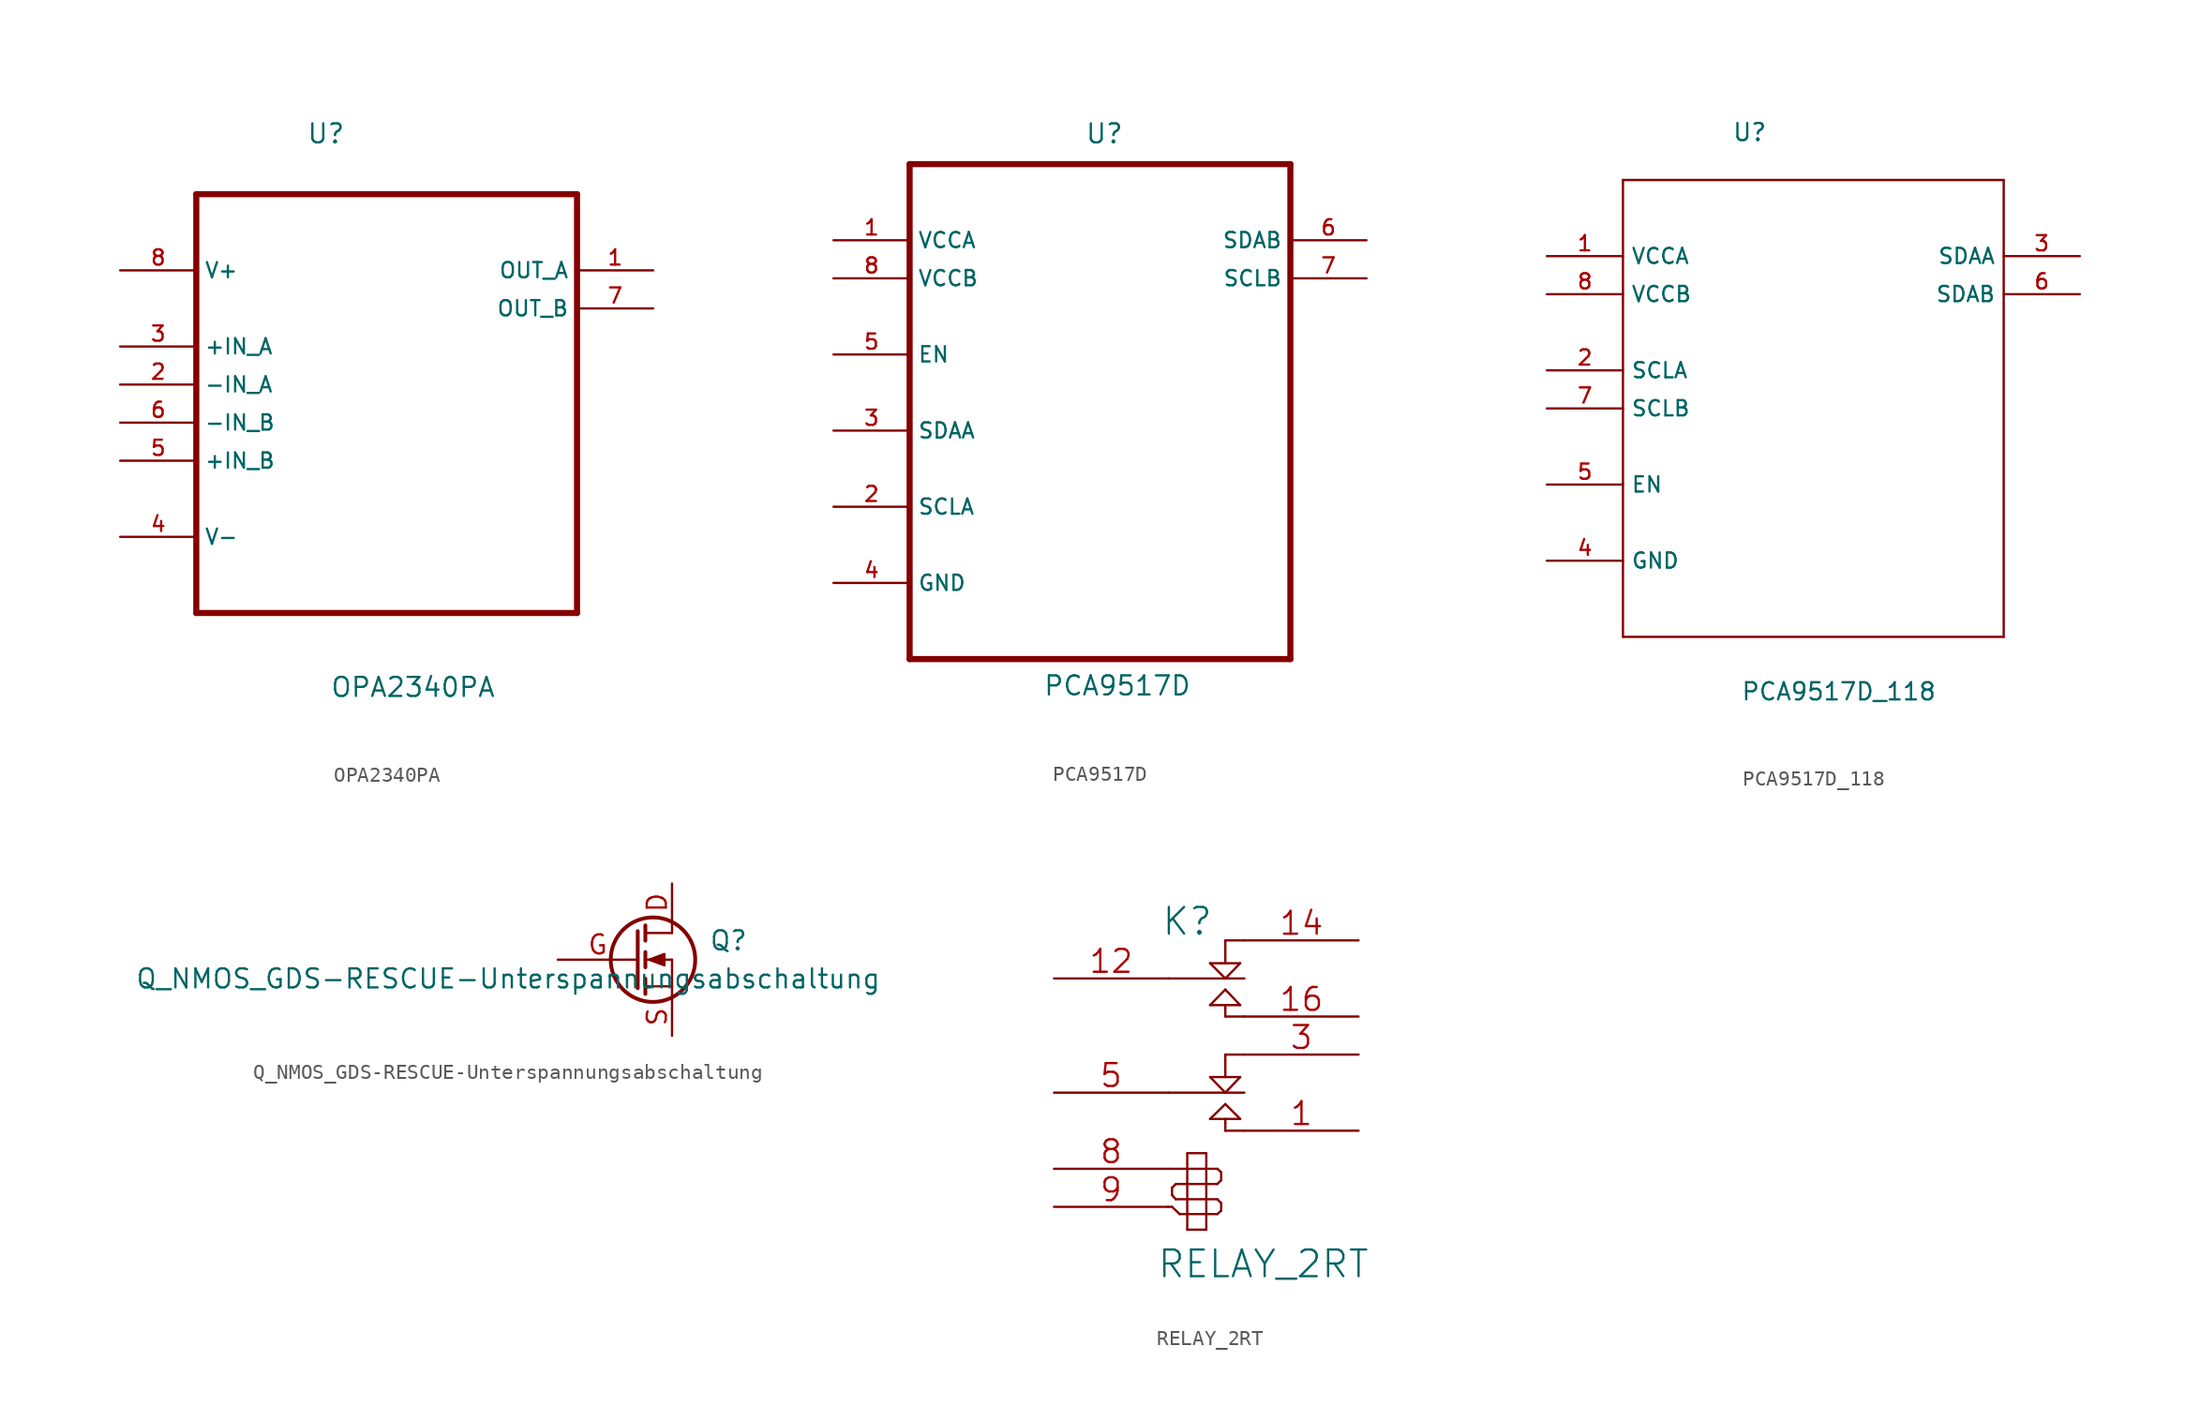
<source format=kicad_sym>
(kicad_symbol_lib
  (version 20201005)
  (generator kicad_symbol_editor)
  (symbol "Zimprich_neu:OPA2340PA"
    (property "Reference" "U"
      (at -5.359 14.199 0)
      (effects (font (size 1.27 1.27)) (justify left)))
    (property "Value" "OPA2340PA"
      (at -3.785 -22.733 0)
      (effects (font (size 1.27 1.27)) (justify left)))
    (property "Datasheet" ""
      (at 0 0 0)
      (effects (font (size 1.524 1.524))))
    (property "ki_locked" ""
      (at 0 0 0)
      (effects (font (size 1.27 1.27))))
    (symbol "OPA2340PA_0_0"
      (polyline (pts (xy -12.7 -17.78) (xy 12.7 -17.78)) (stroke (width 0.406)) (fill (type none)))
      (polyline (pts (xy -12.7 10.16) (xy -12.7 -17.78)) (stroke (width 0.406)) (fill (type none)))
      (polyline (pts (xy 12.7 -17.78) (xy 12.7 10.16)) (stroke (width 0.406)) (fill (type none)))
      (polyline (pts (xy 12.7 10.16) (xy -12.7 10.16)) (stroke (width 0.406)) (fill (type none)))
      (pin output line (at 17.78 5.08 180) (length 5.08) (name "OUT_A" (effects (font (size 1.016 1.016)))) (number "1" (effects (font (size 1.016 1.016)))))
      (pin input line (at -17.78 -2.54 0) (length 5.08) (name "-IN_A" (effects (font (size 1.016 1.016)))) (number "2" (effects (font (size 1.016 1.016)))))
      (pin input line (at -17.78 0 0) (length 5.08) (name "+IN_A" (effects (font (size 1.016 1.016)))) (number "3" (effects (font (size 1.016 1.016)))))
      (pin input line (at -17.78 -12.7 0) (length 5.08) (name "V-" (effects (font (size 1.016 1.016)))) (number "4" (effects (font (size 1.016 1.016)))))
      (pin input line (at -17.78 -7.62 0) (length 5.08) (name "+IN_B" (effects (font (size 1.016 1.016)))) (number "5" (effects (font (size 1.016 1.016)))))
      (pin input line (at -17.78 -5.08 0) (length 5.08) (name "-IN_B" (effects (font (size 1.016 1.016)))) (number "6" (effects (font (size 1.016 1.016)))))
      (pin output line (at 17.78 2.54 180) (length 5.08) (name "OUT_B" (effects (font (size 1.016 1.016)))) (number "7" (effects (font (size 1.016 1.016)))))
      (pin input line (at -17.78 5.08 0) (length 5.08) (name "V+" (effects (font (size 1.016 1.016)))) (number "8" (effects (font (size 1.016 1.016)))))))
  (symbol "Zimprich_neu:PCA9517D"
    (property "Reference" "U"
      (at -1.016 14.732 0)
      (effects (font (size 1.27 1.27)) (justify left)))
    (property "Value" "PCA9517D"
      (at -3.81 -22.098 0)
      (effects (font (size 1.27 1.27)) (justify left)))
    (property "ki_locked" ""
      (at 0 0 0)
      (effects (font (size 1.27 1.27))))
    (symbol "PCA9517D_0_0"
      (polyline (pts (xy -12.7 -20.32) (xy 12.7 -20.32)) (stroke (width 0.406)) (fill (type none)))
      (polyline (pts (xy -12.7 12.7) (xy -12.7 -20.32)) (stroke (width 0.406)) (fill (type none)))
      (polyline (pts (xy 12.7 -20.32) (xy 12.7 12.7)) (stroke (width 0.406)) (fill (type none)))
      (polyline (pts (xy 12.7 12.7) (xy -12.7 12.7)) (stroke (width 0.406)) (fill (type none)))
      (pin input line (at -17.78 7.62 0) (length 5.08) (name "VCCA" (effects (font (size 1.016 1.016)))) (number "1" (effects (font (size 1.016 1.016)))))
      (pin input line (at -17.78 -10.16 0) (length 5.08) (name "SCLA" (effects (font (size 1.016 1.016)))) (number "2" (effects (font (size 1.016 1.016)))))
      (pin input line (at -17.78 -5.08 0) (length 5.08) (name "SDAA" (effects (font (size 1.016 1.016)))) (number "3" (effects (font (size 1.016 1.016)))))
      (pin passive line (at -17.78 -15.24 0) (length 5.08) (name "GND" (effects (font (size 1.016 1.016)))) (number "4" (effects (font (size 1.016 1.016)))))
      (pin input line (at -17.78 0 0) (length 5.08) (name "EN" (effects (font (size 1.016 1.016)))) (number "5" (effects (font (size 1.016 1.016)))))
      (pin output line (at 17.78 7.62 180) (length 5.08) (name "SDAB" (effects (font (size 1.016 1.016)))) (number "6" (effects (font (size 1.016 1.016)))))
      (pin output line (at 17.78 5.08 180) (length 5.08) (name "SCLB" (effects (font (size 1.016 1.016)))) (number "7" (effects (font (size 1.016 1.016)))))
      (pin input line (at -17.78 5.08 0) (length 5.08) (name "VCCB" (effects (font (size 1.016 1.016)))) (number "8" (effects (font (size 1.016 1.016)))))))
  (symbol "Zimprich_neu:PCA9517D_118"
    (property "Reference" "U"
      (at -5.436 15.215 0)
      (effects (font (size 1.143 1.143)) (justify left bottom)))
    (property "Value" "PCA9517D_118"
      (at -4.851 -22.098 0)
      (effects (font (size 1.143 1.143)) (justify left bottom)))
    (property "ki_locked" ""
      (at 0 0 0)
      (effects (font (size 1.27 1.27))))
    (symbol "PCA9517D_118_1_0"
      (polyline (pts (xy -12.7 -17.78) (xy 12.7 -17.78)) (stroke (width 0)) (fill (type none)))
      (polyline (pts (xy -12.7 12.7) (xy -12.7 -17.78)) (stroke (width 0)) (fill (type none)))
      (polyline (pts (xy 12.7 -17.78) (xy 12.7 12.7)) (stroke (width 0)) (fill (type none)))
      (polyline (pts (xy 12.7 12.7) (xy -12.7 12.7)) (stroke (width 0)) (fill (type none))))
    (symbol "PCA9517D_118_1_1"
      (pin power_in line (at -17.78 7.62 0) (length 5.08) (name "VCCA" (effects (font (size 1.016 1.016)))) (number "1" (effects (font (size 1.016 1.016)))))
      (pin input line (at -17.78 0 0) (length 5.08) (name "SCLA" (effects (font (size 1.016 1.016)))) (number "2" (effects (font (size 1.016 1.016)))))
      (pin bidirectional line (at 17.78 7.62 180) (length 5.08) (name "SDAA" (effects (font (size 1.016 1.016)))) (number "3" (effects (font (size 1.016 1.016)))))
      (pin passive line (at -17.78 -12.7 0) (length 5.08) (name "GND" (effects (font (size 1.016 1.016)))) (number "4" (effects (font (size 1.016 1.016)))))
      (pin input line (at -17.78 -7.62 0) (length 5.08) (name "EN" (effects (font (size 1.016 1.016)))) (number "5" (effects (font (size 1.016 1.016)))))
      (pin bidirectional line (at 17.78 5.08 180) (length 5.08) (name "SDAB" (effects (font (size 1.016 1.016)))) (number "6" (effects (font (size 1.016 1.016)))))
      (pin input line (at -17.78 -2.54 0) (length 5.08) (name "SCLB" (effects (font (size 1.016 1.016)))) (number "7" (effects (font (size 1.016 1.016)))))
      (pin power_in line (at -17.78 5.08 0) (length 5.08) (name "VCCB" (effects (font (size 1.016 1.016)))) (number "8" (effects (font (size 1.016 1.016)))))))
  (symbol "Zimprich_neu:Q_NMOS_GDS-RESCUE-Unterspannungsabschaltung"
    (pin_names
      (offset 0) hide)
    (property "Reference" "Q"
      (at 7.62 1.27 0)
      (effects (font (size 1.27 1.27)) (justify right)))
    (property "Value" "Q_NMOS_GDS-RESCUE-Unterspannungsabschaltung"
      (at 16.51 -1.27 0)
      (effects (font (size 1.27 1.27)) (justify right)))
    (property "Footprint" ""
      (at 5.08 2.54 0)
      (effects (font (size 0.737 0.737))))
    (property "Datasheet" ""
      (at 0 0 0)
      (effects (font (size 1.524 1.524))))
    (symbol "Q_NMOS_GDS-RESCUE-Unterspannungsabschaltung_0_1"
      (circle (center 1.27 0) (radius 2.819) (stroke (width 0.254)) (fill (type none)))
      (polyline (pts (xy 0.762 -1.778) (xy 2.54 -1.778)) (stroke (width 0)) (fill (type none)))
      (polyline (pts (xy 0.762 -1.27) (xy 0.762 -2.286)) (stroke (width 0.254)) (fill (type none)))
      (polyline (pts (xy 0.762 0) (xy 2.54 0)) (stroke (width 0)) (fill (type none)))
      (polyline (pts (xy 0.762 0.508) (xy 0.762 -0.508)) (stroke (width 0.254)) (fill (type none)))
      (polyline (pts (xy 0.762 1.778) (xy 2.54 1.778)) (stroke (width 0)) (fill (type none)))
      (polyline (pts (xy 0.762 2.286) (xy 0.762 1.27)) (stroke (width 0.254)) (fill (type none)))
      (polyline (pts (xy 2.54 -1.778) (xy 2.54 -2.54)) (stroke (width 0)) (fill (type none)))
      (polyline (pts (xy 2.54 -1.778) (xy 2.54 0)) (stroke (width 0)) (fill (type none)))
      (polyline (pts (xy 2.54 2.54) (xy 2.54 1.778)) (stroke (width 0)) (fill (type none)))
      (polyline (pts (xy 0.254 1.905) (xy 0.254 -1.905) (xy 0.254 -1.905)) (stroke (width 0.254)) (fill (type none)))
      (polyline (pts (xy 1.016 0) (xy 2.032 0.381) (xy 2.032 -0.381) (xy 1.016 0)) (stroke (width 0)) (fill (type outline))))
    (symbol "Q_NMOS_GDS-RESCUE-Unterspannungsabschaltung_1_1"
      (pin passive line (at 2.54 5.08 270) (length 2.54) (name "D" (effects (font (size 1.27 1.27)))) (number "D" (effects (font (size 1.27 1.27)))))
      (pin input line (at -5.08 0 0) (length 5.334) (name "G" (effects (font (size 1.27 1.27)))) (number "G" (effects (font (size 1.27 1.27)))))
      (pin passive line (at 2.54 -5.08 90) (length 2.54) (name "S" (effects (font (size 1.27 1.27)))) (number "S" (effects (font (size 1.27 1.27)))))))
  (symbol "Zimprich_neu:RELAY_2RT"
    (pin_names hide)
    (property "Reference" "K"
      (at -1.27 10.16 0)
      (effects (font (size 1.778 1.778))))
    (property "Value" "RELAY_2RT"
      (at 3.81 -12.7 0)
      (effects (font (size 1.778 1.778))))
    (property "Footprint" ""
      (at 0 0 0)
      (effects (font (size 1.524 1.524))))
    (property "Datasheet" ""
      (at 0 0 0)
      (effects (font (size 1.524 1.524))))
    (symbol "RELAY_2RT_0_1"
      (polyline (pts (xy -2.54 -8.89) (xy -2.286 -8.89)) (stroke (width 0)) (fill (type none)))
      (polyline (pts (xy -2.54 -6.35) (xy -1.27 -6.35)) (stroke (width 0)) (fill (type none)))
      (polyline (pts (xy -2.54 -1.27) (xy 1.27 -1.27)) (stroke (width 0)) (fill (type none)))
      (polyline (pts (xy -2.286 -8.89) (xy -1.778 -9.373)) (stroke (width 0)) (fill (type none)))
      (polyline (pts (xy -2.286 -8.103) (xy -2.286 -7.62)) (stroke (width 0)) (fill (type none)))
      (polyline (pts (xy -2.032 -8.382) (xy -2.286 -8.103)) (stroke (width 0)) (fill (type none)))
      (polyline (pts (xy -2.032 -7.366) (xy -2.286 -7.62)) (stroke (width 0)) (fill (type none)))
      (polyline (pts (xy -1.778 -9.373) (xy -1.27 -9.373)) (stroke (width 0)) (fill (type none)))
      (polyline (pts (xy -1.27 -10.414) (xy -1.27 -5.309)) (stroke (width 0)) (fill (type none)))
      (polyline (pts (xy -1.27 -8.382) (xy -2.032 -8.382)) (stroke (width 0)) (fill (type none)))
      (polyline (pts (xy -1.27 -8.382) (xy 0 -8.382)) (stroke (width 0)) (fill (type none)))
      (polyline (pts (xy -1.27 -7.366) (xy -2.032 -7.366)) (stroke (width 0)) (fill (type none)))
      (polyline (pts (xy -1.27 -6.35) (xy 0 -6.35)) (stroke (width 0)) (fill (type none)))
      (polyline (pts (xy -1.27 -5.309) (xy 0 -5.309)) (stroke (width 0)) (fill (type none)))
      (polyline (pts (xy 0 -10.414) (xy -1.27 -10.414)) (stroke (width 0)) (fill (type none)))
      (polyline (pts (xy 0 -9.373) (xy -1.27 -9.373)) (stroke (width 0)) (fill (type none)))
      (polyline (pts (xy 0 -9.373) (xy 0.737 -9.373)) (stroke (width 0)) (fill (type none)))
      (polyline (pts (xy 0 -8.382) (xy 0.737 -8.382)) (stroke (width 0)) (fill (type none)))
      (polyline (pts (xy 0 -7.366) (xy -1.27 -7.366)) (stroke (width 0)) (fill (type none)))
      (polyline (pts (xy 0 -7.366) (xy 0.737 -7.366)) (stroke (width 0)) (fill (type none)))
      (polyline (pts (xy 0 -6.35) (xy 0.737 -6.35)) (stroke (width 0)) (fill (type none)))
      (polyline (pts (xy 0 -5.309) (xy 0 -10.414)) (stroke (width 0)) (fill (type none)))
      (polyline (pts (xy 0.254 -3.023) (xy 2.261 -3.023)) (stroke (width 0)) (fill (type none)))
      (polyline (pts (xy 0.254 -0.229) (xy 2.261 -0.229)) (stroke (width 0)) (fill (type none)))
      (polyline (pts (xy 0.254 4.572) (xy 1.27 5.613)) (stroke (width 0)) (fill (type none)))
      (polyline (pts (xy 0.254 7.366) (xy 0.991 7.366)) (stroke (width 0)) (fill (type none)))
      (polyline (pts (xy 0.737 -9.373) (xy 0.991 -9.144)) (stroke (width 0)) (fill (type none)))
      (polyline (pts (xy 0.737 -8.382) (xy 0.991 -8.636)) (stroke (width 0)) (fill (type none)))
      (polyline (pts (xy 0.737 -7.366) (xy 0.991 -7.112)) (stroke (width 0)) (fill (type none)))
      (polyline (pts (xy 0.737 -6.35) (xy 0.991 -6.579)) (stroke (width 0)) (fill (type none)))
      (polyline (pts (xy 0.991 -9.144) (xy 0.991 -8.636)) (stroke (width 0)) (fill (type none)))
      (polyline (pts (xy 0.991 -6.579) (xy 0.991 -7.112)) (stroke (width 0)) (fill (type none)))
      (polyline (pts (xy 0.991 6.629) (xy 0.254 7.366)) (stroke (width 0)) (fill (type none)))
      (polyline (pts (xy 0.991 6.629) (xy 1.27 6.35)) (stroke (width 0)) (fill (type none)))
      (polyline (pts (xy 0.991 7.366) (xy 2.261 7.366)) (stroke (width 0)) (fill (type none)))
      (polyline (pts (xy 1.27 -3.81) (xy 1.27 -3.302)) (stroke (width 0)) (fill (type none)))
      (polyline (pts (xy 1.27 -3.302) (xy 1.27 -3.023)) (stroke (width 0)) (fill (type none)))
      (polyline (pts (xy 1.27 -2.032) (xy 0.254 -3.023)) (stroke (width 0)) (fill (type none)))
      (polyline (pts (xy 1.27 -1.27) (xy 0.254 -0.229)) (stroke (width 0)) (fill (type none)))
      (polyline (pts (xy 1.27 -1.27) (xy 2.54 -1.27)) (stroke (width 0)) (fill (type none)))
      (polyline (pts (xy 1.27 1.27) (xy 1.27 -0.229)) (stroke (width 0)) (fill (type none)))
      (polyline (pts (xy 1.27 1.27) (xy 2.54 1.27)) (stroke (width 0)) (fill (type none)))
      (polyline (pts (xy 1.27 3.81) (xy 1.27 4.572)) (stroke (width 0)) (fill (type none)))
      (polyline (pts (xy 1.27 3.81) (xy 2.54 3.81)) (stroke (width 0)) (fill (type none)))
      (polyline (pts (xy 1.27 5.613) (xy 2.261 4.572)) (stroke (width 0)) (fill (type none)))
      (polyline (pts (xy 1.27 6.35) (xy -2.54 6.35)) (stroke (width 0)) (fill (type none)))
      (polyline (pts (xy 1.27 6.35) (xy 1.524 6.35)) (stroke (width 0)) (fill (type none)))
      (polyline (pts (xy 1.27 8.89) (xy 1.27 7.366)) (stroke (width 0)) (fill (type none)))
      (polyline (pts (xy 1.27 8.89) (xy 2.54 8.89)) (stroke (width 0)) (fill (type none)))
      (polyline (pts (xy 1.524 6.35) (xy 2.54 6.35)) (stroke (width 0)) (fill (type none)))
      (polyline (pts (xy 2.261 -3.023) (xy 1.27 -2.032)) (stroke (width 0)) (fill (type none)))
      (polyline (pts (xy 2.261 -0.229) (xy 1.27 -1.27)) (stroke (width 0)) (fill (type none)))
      (polyline (pts (xy 2.261 4.572) (xy 0.254 4.572)) (stroke (width 0)) (fill (type none)))
      (polyline (pts (xy 2.261 7.366) (xy 1.27 6.35)) (stroke (width 0)) (fill (type none)))
      (polyline (pts (xy 2.54 -3.81) (xy 1.27 -3.81)) (stroke (width 0)) (fill (type none))))
    (symbol "RELAY_2RT_1_1"
      (pin passive line (at 10.16 -3.81 180) (length 7.62) (name "T1" (effects (font (size 1.524 1.524)))) (number "1" (effects (font (size 1.524 1.524)))))
      (pin passive line (at -10.16 6.35 0) (length 7.62) (name "C2" (effects (font (size 1.524 1.524)))) (number "12" (effects (font (size 1.524 1.524)))))
      (pin passive line (at 10.16 8.89 180) (length 7.62) (name "R2" (effects (font (size 1.524 1.524)))) (number "14" (effects (font (size 1.524 1.524)))))
      (pin passive line (at 10.16 3.81 180) (length 7.62) (name "T2" (effects (font (size 1.524 1.524)))) (number "16" (effects (font (size 1.524 1.524)))))
      (pin passive line (at 10.16 1.27 180) (length 7.62) (name "R1" (effects (font (size 1.524 1.524)))) (number "3" (effects (font (size 1.524 1.524)))))
      (pin passive line (at -10.16 -1.27 0) (length 7.62) (name "C1" (effects (font (size 1.524 1.524)))) (number "5" (effects (font (size 1.524 1.524)))))
      (pin input line (at -10.16 -6.35 0) (length 7.62) (name "8" (effects (font (size 1.524 1.524)))) (number "8" (effects (font (size 1.524 1.524)))))
      (pin input line (at -10.16 -8.89 0) (length 7.62) (name "9" (effects (font (size 1.524 1.524)))) (number "9" (effects (font (size 1.524 1.524))))))))
</source>
